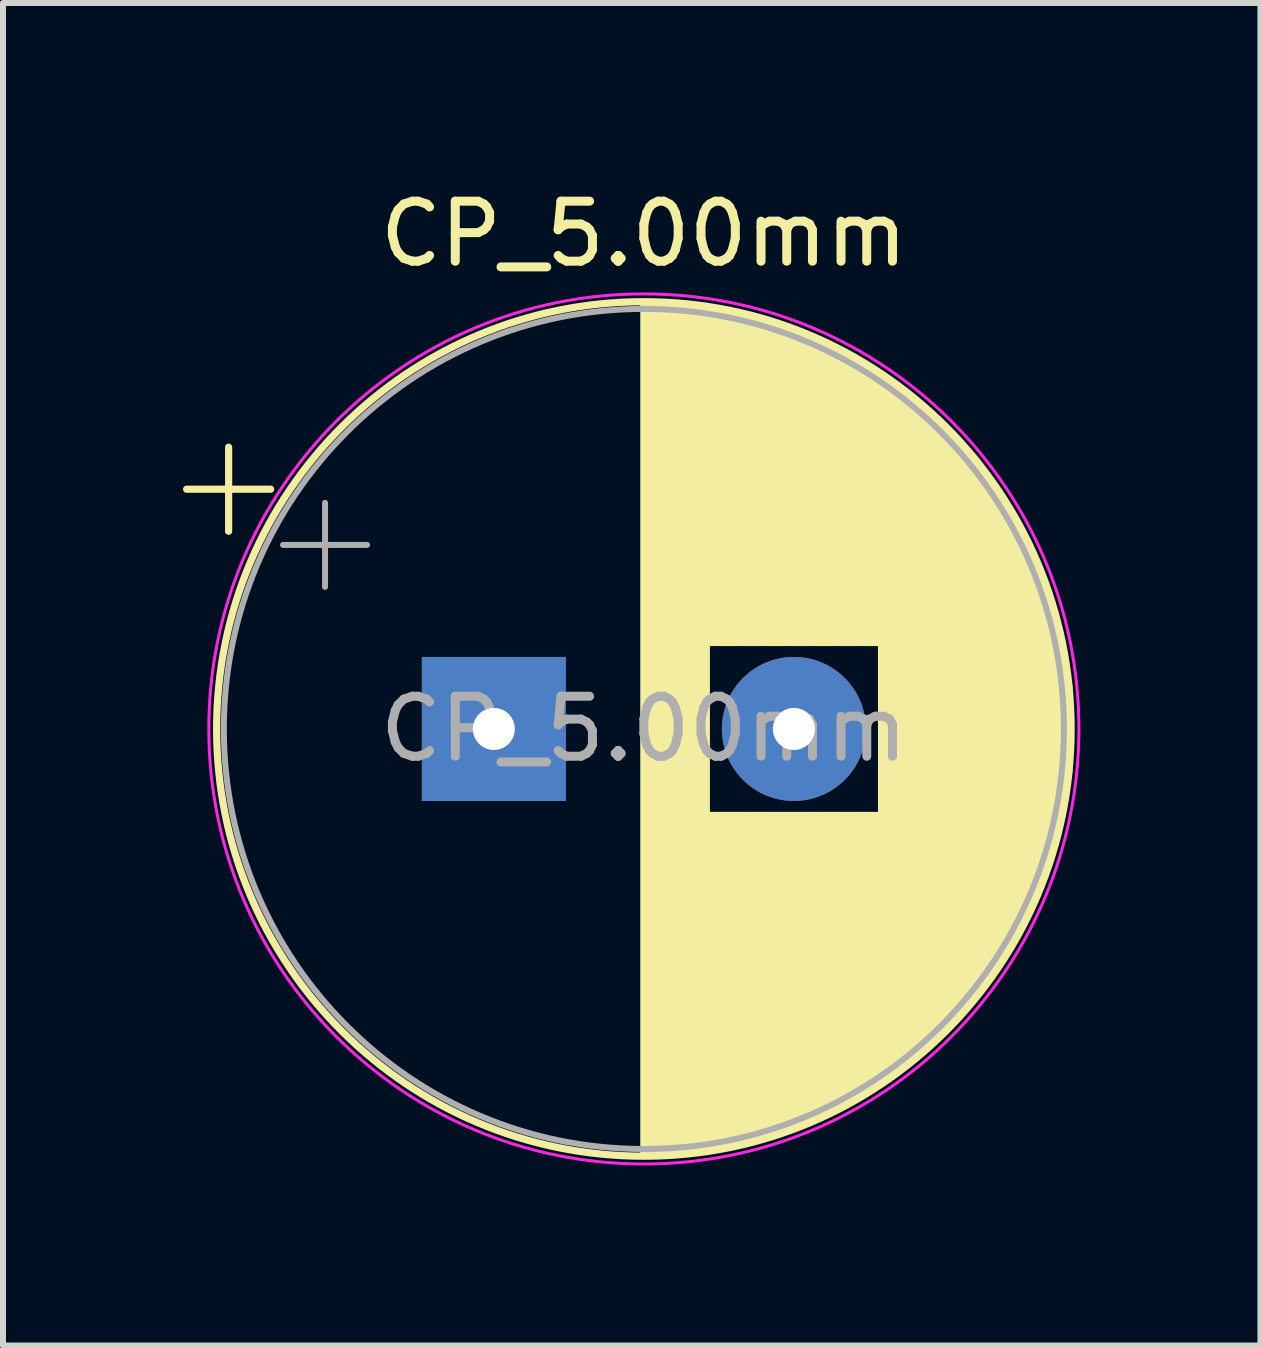
<source format=kicad_pcb>
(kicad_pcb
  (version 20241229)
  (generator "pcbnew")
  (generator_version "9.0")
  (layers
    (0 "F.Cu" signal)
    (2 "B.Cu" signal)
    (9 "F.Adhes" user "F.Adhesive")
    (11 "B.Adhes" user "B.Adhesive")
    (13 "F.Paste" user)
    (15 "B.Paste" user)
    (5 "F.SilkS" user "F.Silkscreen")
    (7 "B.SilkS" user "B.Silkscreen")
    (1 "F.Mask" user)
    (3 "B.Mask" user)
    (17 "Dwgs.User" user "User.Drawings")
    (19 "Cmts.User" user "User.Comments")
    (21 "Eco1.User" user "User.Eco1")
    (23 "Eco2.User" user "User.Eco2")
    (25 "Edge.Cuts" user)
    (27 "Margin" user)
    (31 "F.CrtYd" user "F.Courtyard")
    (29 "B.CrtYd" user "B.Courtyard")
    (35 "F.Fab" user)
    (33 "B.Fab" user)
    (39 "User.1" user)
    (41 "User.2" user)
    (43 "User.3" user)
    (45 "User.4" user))
  (footprint "CP_5.00mm"
    (layer "F.Cu")
    (at 5.18 9.098)
    (property "Reference" "CP_5.00mm" (at 2.5 -8.25 0) (layer "F.SilkS") (effects (font (size 1 1) (thickness 0.15))))
    (attr through_hole)
    (fp_line (start -5.12 -3.995) (end -3.72 -3.995) (stroke (width 0.12) (type solid)) (layer "F.SilkS"))
    (fp_line (start -4.42 -4.695) (end -4.42 -3.295) (stroke (width 0.12) (type solid)) (layer "F.SilkS"))
    (fp_line (start 2.5 -7.08) (end 2.5 7.08) (stroke (width 0.12) (type solid)) (layer "F.SilkS"))
    (fp_line (start 2.54 -7.08) (end 2.54 7.08) (stroke (width 0.12) (type solid)) (layer "F.SilkS"))
    (fp_line (start 2.58 -7.08) (end 2.58 7.08) (stroke (width 0.12) (type solid)) (layer "F.SilkS"))
    (fp_line (start 2.62 -7.079) (end 2.62 7.079) (stroke (width 0.12) (type solid)) (layer "F.SilkS"))
    (fp_line (start 2.66 -7.079) (end 2.66 7.079) (stroke (width 0.12) (type solid)) (layer "F.SilkS"))
    (fp_line (start 2.7 -7.078) (end 2.7 7.078) (stroke (width 0.12) (type solid)) (layer "F.SilkS"))
    (fp_line (start 2.74 -7.076) (end 2.74 7.076) (stroke (width 0.12) (type solid)) (layer "F.SilkS"))
    (fp_line (start 2.78 -7.075) (end 2.78 7.075) (stroke (width 0.12) (type solid)) (layer "F.SilkS"))
    (fp_line (start 2.82 -7.073) (end 2.82 7.073) (stroke (width 0.12) (type solid)) (layer "F.SilkS"))
    (fp_line (start 2.86 -7.071) (end 2.86 7.071) (stroke (width 0.12) (type solid)) (layer "F.SilkS"))
    (fp_line (start 2.9 -7.069) (end 2.9 7.069) (stroke (width 0.12) (type solid)) (layer "F.SilkS"))
    (fp_line (start 2.94 -7.067) (end 2.94 7.067) (stroke (width 0.12) (type solid)) (layer "F.SilkS"))
    (fp_line (start 2.98 -7.064) (end 2.98 7.064) (stroke (width 0.12) (type solid)) (layer "F.SilkS"))
    (fp_line (start 3.02 -7.061) (end 3.02 7.061) (stroke (width 0.12) (type solid)) (layer "F.SilkS"))
    (fp_line (start 3.06 -7.058) (end 3.06 7.058) (stroke (width 0.12) (type solid)) (layer "F.SilkS"))
    (fp_line (start 3.1 -7.055) (end 3.1 7.055) (stroke (width 0.12) (type solid)) (layer "F.SilkS"))
    (fp_line (start 3.14 -7.052) (end 3.14 7.052) (stroke (width 0.12) (type solid)) (layer "F.SilkS"))
    (fp_line (start 3.18 -7.048) (end 3.18 7.048) (stroke (width 0.12) (type solid)) (layer "F.SilkS"))
    (fp_line (start 3.221 -7.044) (end 3.221 7.044) (stroke (width 0.12) (type solid)) (layer "F.SilkS"))
    (fp_line (start 3.261 -7.04) (end 3.261 7.04) (stroke (width 0.12) (type solid)) (layer "F.SilkS"))
    (fp_line (start 3.301 -7.035) (end 3.301 7.035) (stroke (width 0.12) (type solid)) (layer "F.SilkS"))
    (fp_line (start 3.341 -7.031) (end 3.341 7.031) (stroke (width 0.12) (type solid)) (layer "F.SilkS"))
    (fp_line (start 3.381 -7.026) (end 3.381 7.026) (stroke (width 0.12) (type solid)) (layer "F.SilkS"))
    (fp_line (start 3.421 -7.021) (end 3.421 7.021) (stroke (width 0.12) (type solid)) (layer "F.SilkS"))
    (fp_line (start 3.461 -7.015) (end 3.461 7.015) (stroke (width 0.12) (type solid)) (layer "F.SilkS"))
    (fp_line (start 3.501 -7.01) (end 3.501 7.01) (stroke (width 0.12) (type solid)) (layer "F.SilkS"))
    (fp_line (start 3.541 -7.004) (end 3.541 7.004) (stroke (width 0.12) (type solid)) (layer "F.SilkS"))
    (fp_line (start 3.581 -6.998) (end 3.581 -1.44) (stroke (width 0.12) (type solid)) (layer "F.SilkS"))
    (fp_line (start 3.581 1.44) (end 3.581 6.998) (stroke (width 0.12) (type solid)) (layer "F.SilkS"))
    (fp_line (start 3.621 -6.992) (end 3.621 -1.44) (stroke (width 0.12) (type solid)) (layer "F.SilkS"))
    (fp_line (start 3.621 1.44) (end 3.621 6.992) (stroke (width 0.12) (type solid)) (layer "F.SilkS"))
    (fp_line (start 3.661 -6.985) (end 3.661 -1.44) (stroke (width 0.12) (type solid)) (layer "F.SilkS"))
    (fp_line (start 3.661 1.44) (end 3.661 6.985) (stroke (width 0.12) (type solid)) (layer "F.SilkS"))
    (fp_line (start 3.701 -6.979) (end 3.701 -1.44) (stroke (width 0.12) (type solid)) (layer "F.SilkS"))
    (fp_line (start 3.701 1.44) (end 3.701 6.979) (stroke (width 0.12) (type solid)) (layer "F.SilkS"))
    (fp_line (start 3.741 -6.972) (end 3.741 -1.44) (stroke (width 0.12) (type solid)) (layer "F.SilkS"))
    (fp_line (start 3.741 1.44) (end 3.741 6.972) (stroke (width 0.12) (type solid)) (layer "F.SilkS"))
    (fp_line (start 3.781 -6.964) (end 3.781 -1.44) (stroke (width 0.12) (type solid)) (layer "F.SilkS"))
    (fp_line (start 3.781 1.44) (end 3.781 6.964) (stroke (width 0.12) (type solid)) (layer "F.SilkS"))
    (fp_line (start 3.821 -6.957) (end 3.821 -1.44) (stroke (width 0.12) (type solid)) (layer "F.SilkS"))
    (fp_line (start 3.821 1.44) (end 3.821 6.957) (stroke (width 0.12) (type solid)) (layer "F.SilkS"))
    (fp_line (start 3.861 -6.949) (end 3.861 -1.44) (stroke (width 0.12) (type solid)) (layer "F.SilkS"))
    (fp_line (start 3.861 1.44) (end 3.861 6.949) (stroke (width 0.12) (type solid)) (layer "F.SilkS"))
    (fp_line (start 3.901 -6.942) (end 3.901 -1.44) (stroke (width 0.12) (type solid)) (layer "F.SilkS"))
    (fp_line (start 3.901 1.44) (end 3.901 6.942) (stroke (width 0.12) (type solid)) (layer "F.SilkS"))
    (fp_line (start 3.941 -6.933) (end 3.941 -1.44) (stroke (width 0.12) (type solid)) (layer "F.SilkS"))
    (fp_line (start 3.941 1.44) (end 3.941 6.933) (stroke (width 0.12) (type solid)) (layer "F.SilkS"))
    (fp_line (start 3.981 -6.925) (end 3.981 -1.44) (stroke (width 0.12) (type solid)) (layer "F.SilkS"))
    (fp_line (start 3.981 1.44) (end 3.981 6.925) (stroke (width 0.12) (type solid)) (layer "F.SilkS"))
    (fp_line (start 4.021 -6.916) (end 4.021 -1.44) (stroke (width 0.12) (type solid)) (layer "F.SilkS"))
    (fp_line (start 4.021 1.44) (end 4.021 6.916) (stroke (width 0.12) (type solid)) (layer "F.SilkS"))
    (fp_line (start 4.061 -6.907) (end 4.061 -1.44) (stroke (width 0.12) (type solid)) (layer "F.SilkS"))
    (fp_line (start 4.061 1.44) (end 4.061 6.907) (stroke (width 0.12) (type solid)) (layer "F.SilkS"))
    (fp_line (start 4.101 -6.898) (end 4.101 -1.44) (stroke (width 0.12) (type solid)) (layer "F.SilkS"))
    (fp_line (start 4.101 1.44) (end 4.101 6.898) (stroke (width 0.12) (type solid)) (layer "F.SilkS"))
    (fp_line (start 4.141 -6.889) (end 4.141 -1.44) (stroke (width 0.12) (type solid)) (layer "F.SilkS"))
    (fp_line (start 4.141 1.44) (end 4.141 6.889) (stroke (width 0.12) (type solid)) (layer "F.SilkS"))
    (fp_line (start 4.181 -6.879) (end 4.181 -1.44) (stroke (width 0.12) (type solid)) (layer "F.SilkS"))
    (fp_line (start 4.181 1.44) (end 4.181 6.879) (stroke (width 0.12) (type solid)) (layer "F.SilkS"))
    (fp_line (start 4.221 -6.87) (end 4.221 -1.44) (stroke (width 0.12) (type solid)) (layer "F.SilkS"))
    (fp_line (start 4.221 1.44) (end 4.221 6.87) (stroke (width 0.12) (type solid)) (layer "F.SilkS"))
    (fp_line (start 4.261 -6.86) (end 4.261 -1.44) (stroke (width 0.12) (type solid)) (layer "F.SilkS"))
    (fp_line (start 4.261 1.44) (end 4.261 6.86) (stroke (width 0.12) (type solid)) (layer "F.SilkS"))
    (fp_line (start 4.301 -6.849) (end 4.301 -1.44) (stroke (width 0.12) (type solid)) (layer "F.SilkS"))
    (fp_line (start 4.301 1.44) (end 4.301 6.849) (stroke (width 0.12) (type solid)) (layer "F.SilkS"))
    (fp_line (start 4.341 -6.839) (end 4.341 -1.44) (stroke (width 0.12) (type solid)) (layer "F.SilkS"))
    (fp_line (start 4.341 1.44) (end 4.341 6.839) (stroke (width 0.12) (type solid)) (layer "F.SilkS"))
    (fp_line (start 4.381 -6.828) (end 4.381 -1.44) (stroke (width 0.12) (type solid)) (layer "F.SilkS"))
    (fp_line (start 4.381 1.44) (end 4.381 6.828) (stroke (width 0.12) (type solid)) (layer "F.SilkS"))
    (fp_line (start 4.421 -6.817) (end 4.421 -1.44) (stroke (width 0.12) (type solid)) (layer "F.SilkS"))
    (fp_line (start 4.421 1.44) (end 4.421 6.817) (stroke (width 0.12) (type solid)) (layer "F.SilkS"))
    (fp_line (start 4.461 -6.805) (end 4.461 -1.44) (stroke (width 0.12) (type solid)) (layer "F.SilkS"))
    (fp_line (start 4.461 1.44) (end 4.461 6.805) (stroke (width 0.12) (type solid)) (layer "F.SilkS"))
    (fp_line (start 4.501 -6.794) (end 4.501 -1.44) (stroke (width 0.12) (type solid)) (layer "F.SilkS"))
    (fp_line (start 4.501 1.44) (end 4.501 6.794) (stroke (width 0.12) (type solid)) (layer "F.SilkS"))
    (fp_line (start 4.541 -6.782) (end 4.541 -1.44) (stroke (width 0.12) (type solid)) (layer "F.SilkS"))
    (fp_line (start 4.541 1.44) (end 4.541 6.782) (stroke (width 0.12) (type solid)) (layer "F.SilkS"))
    (fp_line (start 4.581 -6.77) (end 4.581 -1.44) (stroke (width 0.12) (type solid)) (layer "F.SilkS"))
    (fp_line (start 4.581 1.44) (end 4.581 6.77) (stroke (width 0.12) (type solid)) (layer "F.SilkS"))
    (fp_line (start 4.621 -6.758) (end 4.621 -1.44) (stroke (width 0.12) (type solid)) (layer "F.SilkS"))
    (fp_line (start 4.621 1.44) (end 4.621 6.758) (stroke (width 0.12) (type solid)) (layer "F.SilkS"))
    (fp_line (start 4.661 -6.745) (end 4.661 -1.44) (stroke (width 0.12) (type solid)) (layer "F.SilkS"))
    (fp_line (start 4.661 1.44) (end 4.661 6.745) (stroke (width 0.12) (type solid)) (layer "F.SilkS"))
    (fp_line (start 4.701 -6.732) (end 4.701 -1.44) (stroke (width 0.12) (type solid)) (layer "F.SilkS"))
    (fp_line (start 4.701 1.44) (end 4.701 6.732) (stroke (width 0.12) (type solid)) (layer "F.SilkS"))
    (fp_line (start 4.741 -6.719) (end 4.741 -1.44) (stroke (width 0.12) (type solid)) (layer "F.SilkS"))
    (fp_line (start 4.741 1.44) (end 4.741 6.719) (stroke (width 0.12) (type solid)) (layer "F.SilkS"))
    (fp_line (start 4.781 -6.706) (end 4.781 -1.44) (stroke (width 0.12) (type solid)) (layer "F.SilkS"))
    (fp_line (start 4.781 1.44) (end 4.781 6.706) (stroke (width 0.12) (type solid)) (layer "F.SilkS"))
    (fp_line (start 4.821 -6.692) (end 4.821 -1.44) (stroke (width 0.12) (type solid)) (layer "F.SilkS"))
    (fp_line (start 4.821 1.44) (end 4.821 6.692) (stroke (width 0.12) (type solid)) (layer "F.SilkS"))
    (fp_line (start 4.861 -6.678) (end 4.861 -1.44) (stroke (width 0.12) (type solid)) (layer "F.SilkS"))
    (fp_line (start 4.861 1.44) (end 4.861 6.678) (stroke (width 0.12) (type solid)) (layer "F.SilkS"))
    (fp_line (start 4.901 -6.664) (end 4.901 -1.44) (stroke (width 0.12) (type solid)) (layer "F.SilkS"))
    (fp_line (start 4.901 1.44) (end 4.901 6.664) (stroke (width 0.12) (type solid)) (layer "F.SilkS"))
    (fp_line (start 4.941 -6.649) (end 4.941 -1.44) (stroke (width 0.12) (type solid)) (layer "F.SilkS"))
    (fp_line (start 4.941 1.44) (end 4.941 6.649) (stroke (width 0.12) (type solid)) (layer "F.SilkS"))
    (fp_line (start 4.981 -6.635) (end 4.981 -1.44) (stroke (width 0.12) (type solid)) (layer "F.SilkS"))
    (fp_line (start 4.981 1.44) (end 4.981 6.635) (stroke (width 0.12) (type solid)) (layer "F.SilkS"))
    (fp_line (start 5.021 -6.62) (end 5.021 -1.44) (stroke (width 0.12) (type solid)) (layer "F.SilkS"))
    (fp_line (start 5.021 1.44) (end 5.021 6.62) (stroke (width 0.12) (type solid)) (layer "F.SilkS"))
    (fp_line (start 5.061 -6.604) (end 5.061 -1.44) (stroke (width 0.12) (type solid)) (layer "F.SilkS"))
    (fp_line (start 5.061 1.44) (end 5.061 6.604) (stroke (width 0.12) (type solid)) (layer "F.SilkS"))
    (fp_line (start 5.101 -6.589) (end 5.101 -1.44) (stroke (width 0.12) (type solid)) (layer "F.SilkS"))
    (fp_line (start 5.101 1.44) (end 5.101 6.589) (stroke (width 0.12) (type solid)) (layer "F.SilkS"))
    (fp_line (start 5.141 -6.573) (end 5.141 -1.44) (stroke (width 0.12) (type solid)) (layer "F.SilkS"))
    (fp_line (start 5.141 1.44) (end 5.141 6.573) (stroke (width 0.12) (type solid)) (layer "F.SilkS"))
    (fp_line (start 5.181 -6.557) (end 5.181 -1.44) (stroke (width 0.12) (type solid)) (layer "F.SilkS"))
    (fp_line (start 5.181 1.44) (end 5.181 6.557) (stroke (width 0.12) (type solid)) (layer "F.SilkS"))
    (fp_line (start 5.221 -6.54) (end 5.221 -1.44) (stroke (width 0.12) (type solid)) (layer "F.SilkS"))
    (fp_line (start 5.221 1.44) (end 5.221 6.54) (stroke (width 0.12) (type solid)) (layer "F.SilkS"))
    (fp_line (start 5.261 -6.524) (end 5.261 -1.44) (stroke (width 0.12) (type solid)) (layer "F.SilkS"))
    (fp_line (start 5.261 1.44) (end 5.261 6.524) (stroke (width 0.12) (type solid)) (layer "F.SilkS"))
    (fp_line (start 5.301 -6.507) (end 5.301 -1.44) (stroke (width 0.12) (type solid)) (layer "F.SilkS"))
    (fp_line (start 5.301 1.44) (end 5.301 6.507) (stroke (width 0.12) (type solid)) (layer "F.SilkS"))
    (fp_line (start 5.341 -6.49) (end 5.341 -1.44) (stroke (width 0.12) (type solid)) (layer "F.SilkS"))
    (fp_line (start 5.341 1.44) (end 5.341 6.49) (stroke (width 0.12) (type solid)) (layer "F.SilkS"))
    (fp_line (start 5.381 -6.472) (end 5.381 -1.44) (stroke (width 0.12) (type solid)) (layer "F.SilkS"))
    (fp_line (start 5.381 1.44) (end 5.381 6.472) (stroke (width 0.12) (type solid)) (layer "F.SilkS"))
    (fp_line (start 5.421 -6.454) (end 5.421 -1.44) (stroke (width 0.12) (type solid)) (layer "F.SilkS"))
    (fp_line (start 5.421 1.44) (end 5.421 6.454) (stroke (width 0.12) (type solid)) (layer "F.SilkS"))
    (fp_line (start 5.461 -6.436) (end 5.461 -1.44) (stroke (width 0.12) (type solid)) (layer "F.SilkS"))
    (fp_line (start 5.461 1.44) (end 5.461 6.436) (stroke (width 0.12) (type solid)) (layer "F.SilkS"))
    (fp_line (start 5.501 -6.418) (end 5.501 -1.44) (stroke (width 0.12) (type solid)) (layer "F.SilkS"))
    (fp_line (start 5.501 1.44) (end 5.501 6.418) (stroke (width 0.12) (type solid)) (layer "F.SilkS"))
    (fp_line (start 5.541 -6.399) (end 5.541 -1.44) (stroke (width 0.12) (type solid)) (layer "F.SilkS"))
    (fp_line (start 5.541 1.44) (end 5.541 6.399) (stroke (width 0.12) (type solid)) (layer "F.SilkS"))
    (fp_line (start 5.581 -6.38) (end 5.581 -1.44) (stroke (width 0.12) (type solid)) (layer "F.SilkS"))
    (fp_line (start 5.581 1.44) (end 5.581 6.38) (stroke (width 0.12) (type solid)) (layer "F.SilkS"))
    (fp_line (start 5.621 -6.36) (end 5.621 -1.44) (stroke (width 0.12) (type solid)) (layer "F.SilkS"))
    (fp_line (start 5.621 1.44) (end 5.621 6.36) (stroke (width 0.12) (type solid)) (layer "F.SilkS"))
    (fp_line (start 5.661 -6.341) (end 5.661 -1.44) (stroke (width 0.12) (type solid)) (layer "F.SilkS"))
    (fp_line (start 5.661 1.44) (end 5.661 6.341) (stroke (width 0.12) (type solid)) (layer "F.SilkS"))
    (fp_line (start 5.701 -6.321) (end 5.701 -1.44) (stroke (width 0.12) (type solid)) (layer "F.SilkS"))
    (fp_line (start 5.701 1.44) (end 5.701 6.321) (stroke (width 0.12) (type solid)) (layer "F.SilkS"))
    (fp_line (start 5.741 -6.301) (end 5.741 -1.44) (stroke (width 0.12) (type solid)) (layer "F.SilkS"))
    (fp_line (start 5.741 1.44) (end 5.741 6.301) (stroke (width 0.12) (type solid)) (layer "F.SilkS"))
    (fp_line (start 5.781 -6.28) (end 5.781 -1.44) (stroke (width 0.12) (type solid)) (layer "F.SilkS"))
    (fp_line (start 5.781 1.44) (end 5.781 6.28) (stroke (width 0.12) (type solid)) (layer "F.SilkS"))
    (fp_line (start 5.821 -6.259) (end 5.821 -1.44) (stroke (width 0.12) (type solid)) (layer "F.SilkS"))
    (fp_line (start 5.821 1.44) (end 5.821 6.259) (stroke (width 0.12) (type solid)) (layer "F.SilkS"))
    (fp_line (start 5.861 -6.238) (end 5.861 -1.44) (stroke (width 0.12) (type solid)) (layer "F.SilkS"))
    (fp_line (start 5.861 1.44) (end 5.861 6.238) (stroke (width 0.12) (type solid)) (layer "F.SilkS"))
    (fp_line (start 5.901 -6.216) (end 5.901 -1.44) (stroke (width 0.12) (type solid)) (layer "F.SilkS"))
    (fp_line (start 5.901 1.44) (end 5.901 6.216) (stroke (width 0.12) (type solid)) (layer "F.SilkS"))
    (fp_line (start 5.941 -6.194) (end 5.941 -1.44) (stroke (width 0.12) (type solid)) (layer "F.SilkS"))
    (fp_line (start 5.941 1.44) (end 5.941 6.194) (stroke (width 0.12) (type solid)) (layer "F.SilkS"))
    (fp_line (start 5.981 -6.172) (end 5.981 -1.44) (stroke (width 0.12) (type solid)) (layer "F.SilkS"))
    (fp_line (start 5.981 1.44) (end 5.981 6.172) (stroke (width 0.12) (type solid)) (layer "F.SilkS"))
    (fp_line (start 6.021 -6.15) (end 6.021 -1.44) (stroke (width 0.12) (type solid)) (layer "F.SilkS"))
    (fp_line (start 6.021 1.44) (end 6.021 6.15) (stroke (width 0.12) (type solid)) (layer "F.SilkS"))
    (fp_line (start 6.061 -6.127) (end 6.061 -1.44) (stroke (width 0.12) (type solid)) (layer "F.SilkS"))
    (fp_line (start 6.061 1.44) (end 6.061 6.127) (stroke (width 0.12) (type solid)) (layer "F.SilkS"))
    (fp_line (start 6.101 -6.103) (end 6.101 -1.44) (stroke (width 0.12) (type solid)) (layer "F.SilkS"))
    (fp_line (start 6.101 1.44) (end 6.101 6.103) (stroke (width 0.12) (type solid)) (layer "F.SilkS"))
    (fp_line (start 6.141 -6.08) (end 6.141 -1.44) (stroke (width 0.12) (type solid)) (layer "F.SilkS"))
    (fp_line (start 6.141 1.44) (end 6.141 6.08) (stroke (width 0.12) (type solid)) (layer "F.SilkS"))
    (fp_line (start 6.181 -6.056) (end 6.181 -1.44) (stroke (width 0.12) (type solid)) (layer "F.SilkS"))
    (fp_line (start 6.181 1.44) (end 6.181 6.056) (stroke (width 0.12) (type solid)) (layer "F.SilkS"))
    (fp_line (start 6.221 -6.031) (end 6.221 -1.44) (stroke (width 0.12) (type solid)) (layer "F.SilkS"))
    (fp_line (start 6.221 1.44) (end 6.221 6.031) (stroke (width 0.12) (type solid)) (layer "F.SilkS"))
    (fp_line (start 6.261 -6.007) (end 6.261 -1.44) (stroke (width 0.12) (type solid)) (layer "F.SilkS"))
    (fp_line (start 6.261 1.44) (end 6.261 6.007) (stroke (width 0.12) (type solid)) (layer "F.SilkS"))
    (fp_line (start 6.301 -5.982) (end 6.301 -1.44) (stroke (width 0.12) (type solid)) (layer "F.SilkS"))
    (fp_line (start 6.301 1.44) (end 6.301 5.982) (stroke (width 0.12) (type solid)) (layer "F.SilkS"))
    (fp_line (start 6.341 -5.956) (end 6.341 -1.44) (stroke (width 0.12) (type solid)) (layer "F.SilkS"))
    (fp_line (start 6.341 1.44) (end 6.341 5.956) (stroke (width 0.12) (type solid)) (layer "F.SilkS"))
    (fp_line (start 6.381 -5.93) (end 6.381 -1.44) (stroke (width 0.12) (type solid)) (layer "F.SilkS"))
    (fp_line (start 6.381 1.44) (end 6.381 5.93) (stroke (width 0.12) (type solid)) (layer "F.SilkS"))
    (fp_line (start 6.421 -5.904) (end 6.421 -1.44) (stroke (width 0.12) (type solid)) (layer "F.SilkS"))
    (fp_line (start 6.421 1.44) (end 6.421 5.904) (stroke (width 0.12) (type solid)) (layer "F.SilkS"))
    (fp_line (start 6.461 -5.878) (end 6.461 5.878) (stroke (width 0.12) (type solid)) (layer "F.SilkS"))
    (fp_line (start 6.501 -5.851) (end 6.501 5.851) (stroke (width 0.12) (type solid)) (layer "F.SilkS"))
    (fp_line (start 6.541 -5.823) (end 6.541 5.823) (stroke (width 0.12) (type solid)) (layer "F.SilkS"))
    (fp_line (start 6.581 -5.796) (end 6.581 5.796) (stroke (width 0.12) (type solid)) (layer "F.SilkS"))
    (fp_line (start 6.621 -5.767) (end 6.621 5.767) (stroke (width 0.12) (type solid)) (layer "F.SilkS"))
    (fp_line (start 6.661 -5.739) (end 6.661 5.739) (stroke (width 0.12) (type solid)) (layer "F.SilkS"))
    (fp_line (start 6.701 -5.71) (end 6.701 5.71) (stroke (width 0.12) (type solid)) (layer "F.SilkS"))
    (fp_line (start 6.741 -5.68) (end 6.741 5.68) (stroke (width 0.12) (type solid)) (layer "F.SilkS"))
    (fp_line (start 6.781 -5.65) (end 6.781 5.65) (stroke (width 0.12) (type solid)) (layer "F.SilkS"))
    (fp_line (start 6.821 -5.62) (end 6.821 5.62) (stroke (width 0.12) (type solid)) (layer "F.SilkS"))
    (fp_line (start 6.861 -5.589) (end 6.861 5.589) (stroke (width 0.12) (type solid)) (layer "F.SilkS"))
    (fp_line (start 6.901 -5.558) (end 6.901 5.558) (stroke (width 0.12) (type solid)) (layer "F.SilkS"))
    (fp_line (start 6.941 -5.527) (end 6.941 5.527) (stroke (width 0.12) (type solid)) (layer "F.SilkS"))
    (fp_line (start 6.981 -5.494) (end 6.981 5.494) (stroke (width 0.12) (type solid)) (layer "F.SilkS"))
    (fp_line (start 7.021 -5.462) (end 7.021 5.462) (stroke (width 0.12) (type solid)) (layer "F.SilkS"))
    (fp_line (start 7.061 -5.429) (end 7.061 5.429) (stroke (width 0.12) (type solid)) (layer "F.SilkS"))
    (fp_line (start 7.101 -5.395) (end 7.101 5.395) (stroke (width 0.12) (type solid)) (layer "F.SilkS"))
    (fp_line (start 7.141 -5.361) (end 7.141 5.361) (stroke (width 0.12) (type solid)) (layer "F.SilkS"))
    (fp_line (start 7.181 -5.326) (end 7.181 5.326) (stroke (width 0.12) (type solid)) (layer "F.SilkS"))
    (fp_line (start 7.221 -5.291) (end 7.221 5.291) (stroke (width 0.12) (type solid)) (layer "F.SilkS"))
    (fp_line (start 7.261 -5.255) (end 7.261 5.255) (stroke (width 0.12) (type solid)) (layer "F.SilkS"))
    (fp_line (start 7.301 -5.219) (end 7.301 5.219) (stroke (width 0.12) (type solid)) (layer "F.SilkS"))
    (fp_line (start 7.341 -5.182) (end 7.341 5.182) (stroke (width 0.12) (type solid)) (layer "F.SilkS"))
    (fp_line (start 7.381 -5.145) (end 7.381 5.145) (stroke (width 0.12) (type solid)) (layer "F.SilkS"))
    (fp_line (start 7.421 -5.107) (end 7.421 5.107) (stroke (width 0.12) (type solid)) (layer "F.SilkS"))
    (fp_line (start 7.461 -5.069) (end 7.461 5.069) (stroke (width 0.12) (type solid)) (layer "F.SilkS"))
    (fp_line (start 7.501 -5.029) (end 7.501 5.029) (stroke (width 0.12) (type solid)) (layer "F.SilkS"))
    (fp_line (start 7.541 -4.99) (end 7.541 4.99) (stroke (width 0.12) (type solid)) (layer "F.SilkS"))
    (fp_line (start 7.581 -4.949) (end 7.581 4.949) (stroke (width 0.12) (type solid)) (layer "F.SilkS"))
    (fp_line (start 7.621 -4.908) (end 7.621 4.908) (stroke (width 0.12) (type solid)) (layer "F.SilkS"))
    (fp_line (start 7.661 -4.866) (end 7.661 4.866) (stroke (width 0.12) (type solid)) (layer "F.SilkS"))
    (fp_line (start 7.701 -4.824) (end 7.701 4.824) (stroke (width 0.12) (type solid)) (layer "F.SilkS"))
    (fp_line (start 7.741 -4.781) (end 7.741 4.781) (stroke (width 0.12) (type solid)) (layer "F.SilkS"))
    (fp_line (start 7.781 -4.737) (end 7.781 4.737) (stroke (width 0.12) (type solid)) (layer "F.SilkS"))
    (fp_line (start 7.821 -4.693) (end 7.821 4.693) (stroke (width 0.12) (type solid)) (layer "F.SilkS"))
    (fp_line (start 7.861 -4.647) (end 7.861 4.647) (stroke (width 0.12) (type solid)) (layer "F.SilkS"))
    (fp_line (start 7.901 -4.601) (end 7.901 4.601) (stroke (width 0.12) (type solid)) (layer "F.SilkS"))
    (fp_line (start 7.941 -4.554) (end 7.941 4.554) (stroke (width 0.12) (type solid)) (layer "F.SilkS"))
    (fp_line (start 7.981 -4.506) (end 7.981 4.506) (stroke (width 0.12) (type solid)) (layer "F.SilkS"))
    (fp_line (start 8.021 -4.458) (end 8.021 4.458) (stroke (width 0.12) (type solid)) (layer "F.SilkS"))
    (fp_line (start 8.061 -4.408) (end 8.061 4.408) (stroke (width 0.12) (type solid)) (layer "F.SilkS"))
    (fp_line (start 8.101 -4.358) (end 8.101 4.358) (stroke (width 0.12) (type solid)) (layer "F.SilkS"))
    (fp_line (start 8.141 -4.306) (end 8.141 4.306) (stroke (width 0.12) (type solid)) (layer "F.SilkS"))
    (fp_line (start 8.181 -4.254) (end 8.181 4.254) (stroke (width 0.12) (type solid)) (layer "F.SilkS"))
    (fp_line (start 8.221 -4.2) (end 8.221 4.2) (stroke (width 0.12) (type solid)) (layer "F.SilkS"))
    (fp_line (start 8.261 -4.146) (end 8.261 4.146) (stroke (width 0.12) (type solid)) (layer "F.SilkS"))
    (fp_line (start 8.301 -4.09) (end 8.301 4.09) (stroke (width 0.12) (type solid)) (layer "F.SilkS"))
    (fp_line (start 8.341 -4.033) (end 8.341 4.033) (stroke (width 0.12) (type solid)) (layer "F.SilkS"))
    (fp_line (start 8.381 -3.975) (end 8.381 3.975) (stroke (width 0.12) (type solid)) (layer "F.SilkS"))
    (fp_line (start 8.421 -3.916) (end 8.421 3.916) (stroke (width 0.12) (type solid)) (layer "F.SilkS"))
    (fp_line (start 8.461 -3.856) (end 8.461 3.856) (stroke (width 0.12) (type solid)) (layer "F.SilkS"))
    (fp_line (start 8.501 -3.794) (end 8.501 3.794) (stroke (width 0.12) (type solid)) (layer "F.SilkS"))
    (fp_line (start 8.541 -3.73) (end 8.541 3.73) (stroke (width 0.12) (type solid)) (layer "F.SilkS"))
    (fp_line (start 8.581 -3.666) (end 8.581 3.666) (stroke (width 0.12) (type solid)) (layer "F.SilkS"))
    (fp_line (start 8.621 -3.599) (end 8.621 3.599) (stroke (width 0.12) (type solid)) (layer "F.SilkS"))
    (fp_line (start 8.661 -3.531) (end 8.661 3.531) (stroke (width 0.12) (type solid)) (layer "F.SilkS"))
    (fp_line (start 8.701 -3.461) (end 8.701 3.461) (stroke (width 0.12) (type solid)) (layer "F.SilkS"))
    (fp_line (start 8.741 -3.389) (end 8.741 3.389) (stroke (width 0.12) (type solid)) (layer "F.SilkS"))
    (fp_line (start 8.781 -3.315) (end 8.781 3.315) (stroke (width 0.12) (type solid)) (layer "F.SilkS"))
    (fp_line (start 8.821 -3.24) (end 8.821 3.24) (stroke (width 0.12) (type solid)) (layer "F.SilkS"))
    (fp_line (start 8.861 -3.161) (end 8.861 3.161) (stroke (width 0.12) (type solid)) (layer "F.SilkS"))
    (fp_line (start 8.901 -3.08) (end 8.901 3.08) (stroke (width 0.12) (type solid)) (layer "F.SilkS"))
    (fp_line (start 8.941 -2.997) (end 8.941 2.997) (stroke (width 0.12) (type solid)) (layer "F.SilkS"))
    (fp_line (start 8.981 -2.911) (end 8.981 2.911) (stroke (width 0.12) (type solid)) (layer "F.SilkS"))
    (fp_line (start 9.021 -2.821) (end 9.021 2.821) (stroke (width 0.12) (type solid)) (layer "F.SilkS"))
    (fp_line (start 9.061 -2.728) (end 9.061 2.728) (stroke (width 0.12) (type solid)) (layer "F.SilkS"))
    (fp_line (start 9.101 -2.632) (end 9.101 2.632) (stroke (width 0.12) (type solid)) (layer "F.SilkS"))
    (fp_line (start 9.141 -2.53) (end 9.141 2.53) (stroke (width 0.12) (type solid)) (layer "F.SilkS"))
    (fp_line (start 9.181 -2.425) (end 9.181 2.425) (stroke (width 0.12) (type solid)) (layer "F.SilkS"))
    (fp_line (start 9.221 -2.313) (end 9.221 2.313) (stroke (width 0.12) (type solid)) (layer "F.SilkS"))
    (fp_line (start 9.261 -2.196) (end 9.261 2.196) (stroke (width 0.12) (type solid)) (layer "F.SilkS"))
    (fp_line (start 9.301 -2.071) (end 9.301 2.071) (stroke (width 0.12) (type solid)) (layer "F.SilkS"))
    (fp_line (start 9.341 -1.938) (end 9.341 1.938) (stroke (width 0.12) (type solid)) (layer "F.SilkS"))
    (fp_line (start 9.381 -1.794) (end 9.381 1.794) (stroke (width 0.12) (type solid)) (layer "F.SilkS"))
    (fp_line (start 9.421 -1.636) (end 9.421 1.636) (stroke (width 0.12) (type solid)) (layer "F.SilkS"))
    (fp_line (start 9.461 -1.461) (end 9.461 1.461) (stroke (width 0.12) (type solid)) (layer "F.SilkS"))
    (fp_line (start 9.501 -1.262) (end 9.501 1.262) (stroke (width 0.12) (type solid)) (layer "F.SilkS"))
    (fp_line (start 9.541 -1.025) (end 9.541 1.025) (stroke (width 0.12) (type solid)) (layer "F.SilkS"))
    (fp_line (start 9.581 -0.714) (end 9.581 0.714) (stroke (width 0.12) (type solid)) (layer "F.SilkS"))
    (fp_circle (center 2.5 0) (end 9.62 0) (stroke (width 0.12) (type solid)) (fill no) (layer "F.SilkS"))
    (fp_circle (center 2.5 0) (end 9.75 0) (stroke (width 0.05) (type solid)) (fill no) (layer "F.CrtYd"))
    (fp_line (start -3.513 -3.067) (end -2.113 -3.067) (stroke (width 0.1) (type solid)) (layer "F.Fab"))
    (fp_line (start -2.813 -3.768) (end -2.813 -2.368) (stroke (width 0.1) (type solid)) (layer "F.Fab"))
    (fp_circle (center 2.5 0) (end 9.5 0) (stroke (width 0.1) (type solid)) (fill no) (layer "F.Fab"))
    (fp_text user "${REFERENCE}" (at 2.5 0 0) (layer "F.Fab") (effects (font (size 1 1) (thickness 0.15))))
    (pad "1" thru_hole rect (at 0 0) (size 2.4 2.4) (drill 0.7) (layers "*.Cu" "*.Mask"))
    (pad "2" thru_hole circle (at 5 0) (size 2.4 2.4) (drill 0.7) (layers "*.Cu" "*.Mask")))
  (gr_rect
    (start -3 -3)
    (end 17.955 19.373)
    (stroke (width 0.1) (type default))
    (fill no)
    (layer "Edge.Cuts")))
</source>
